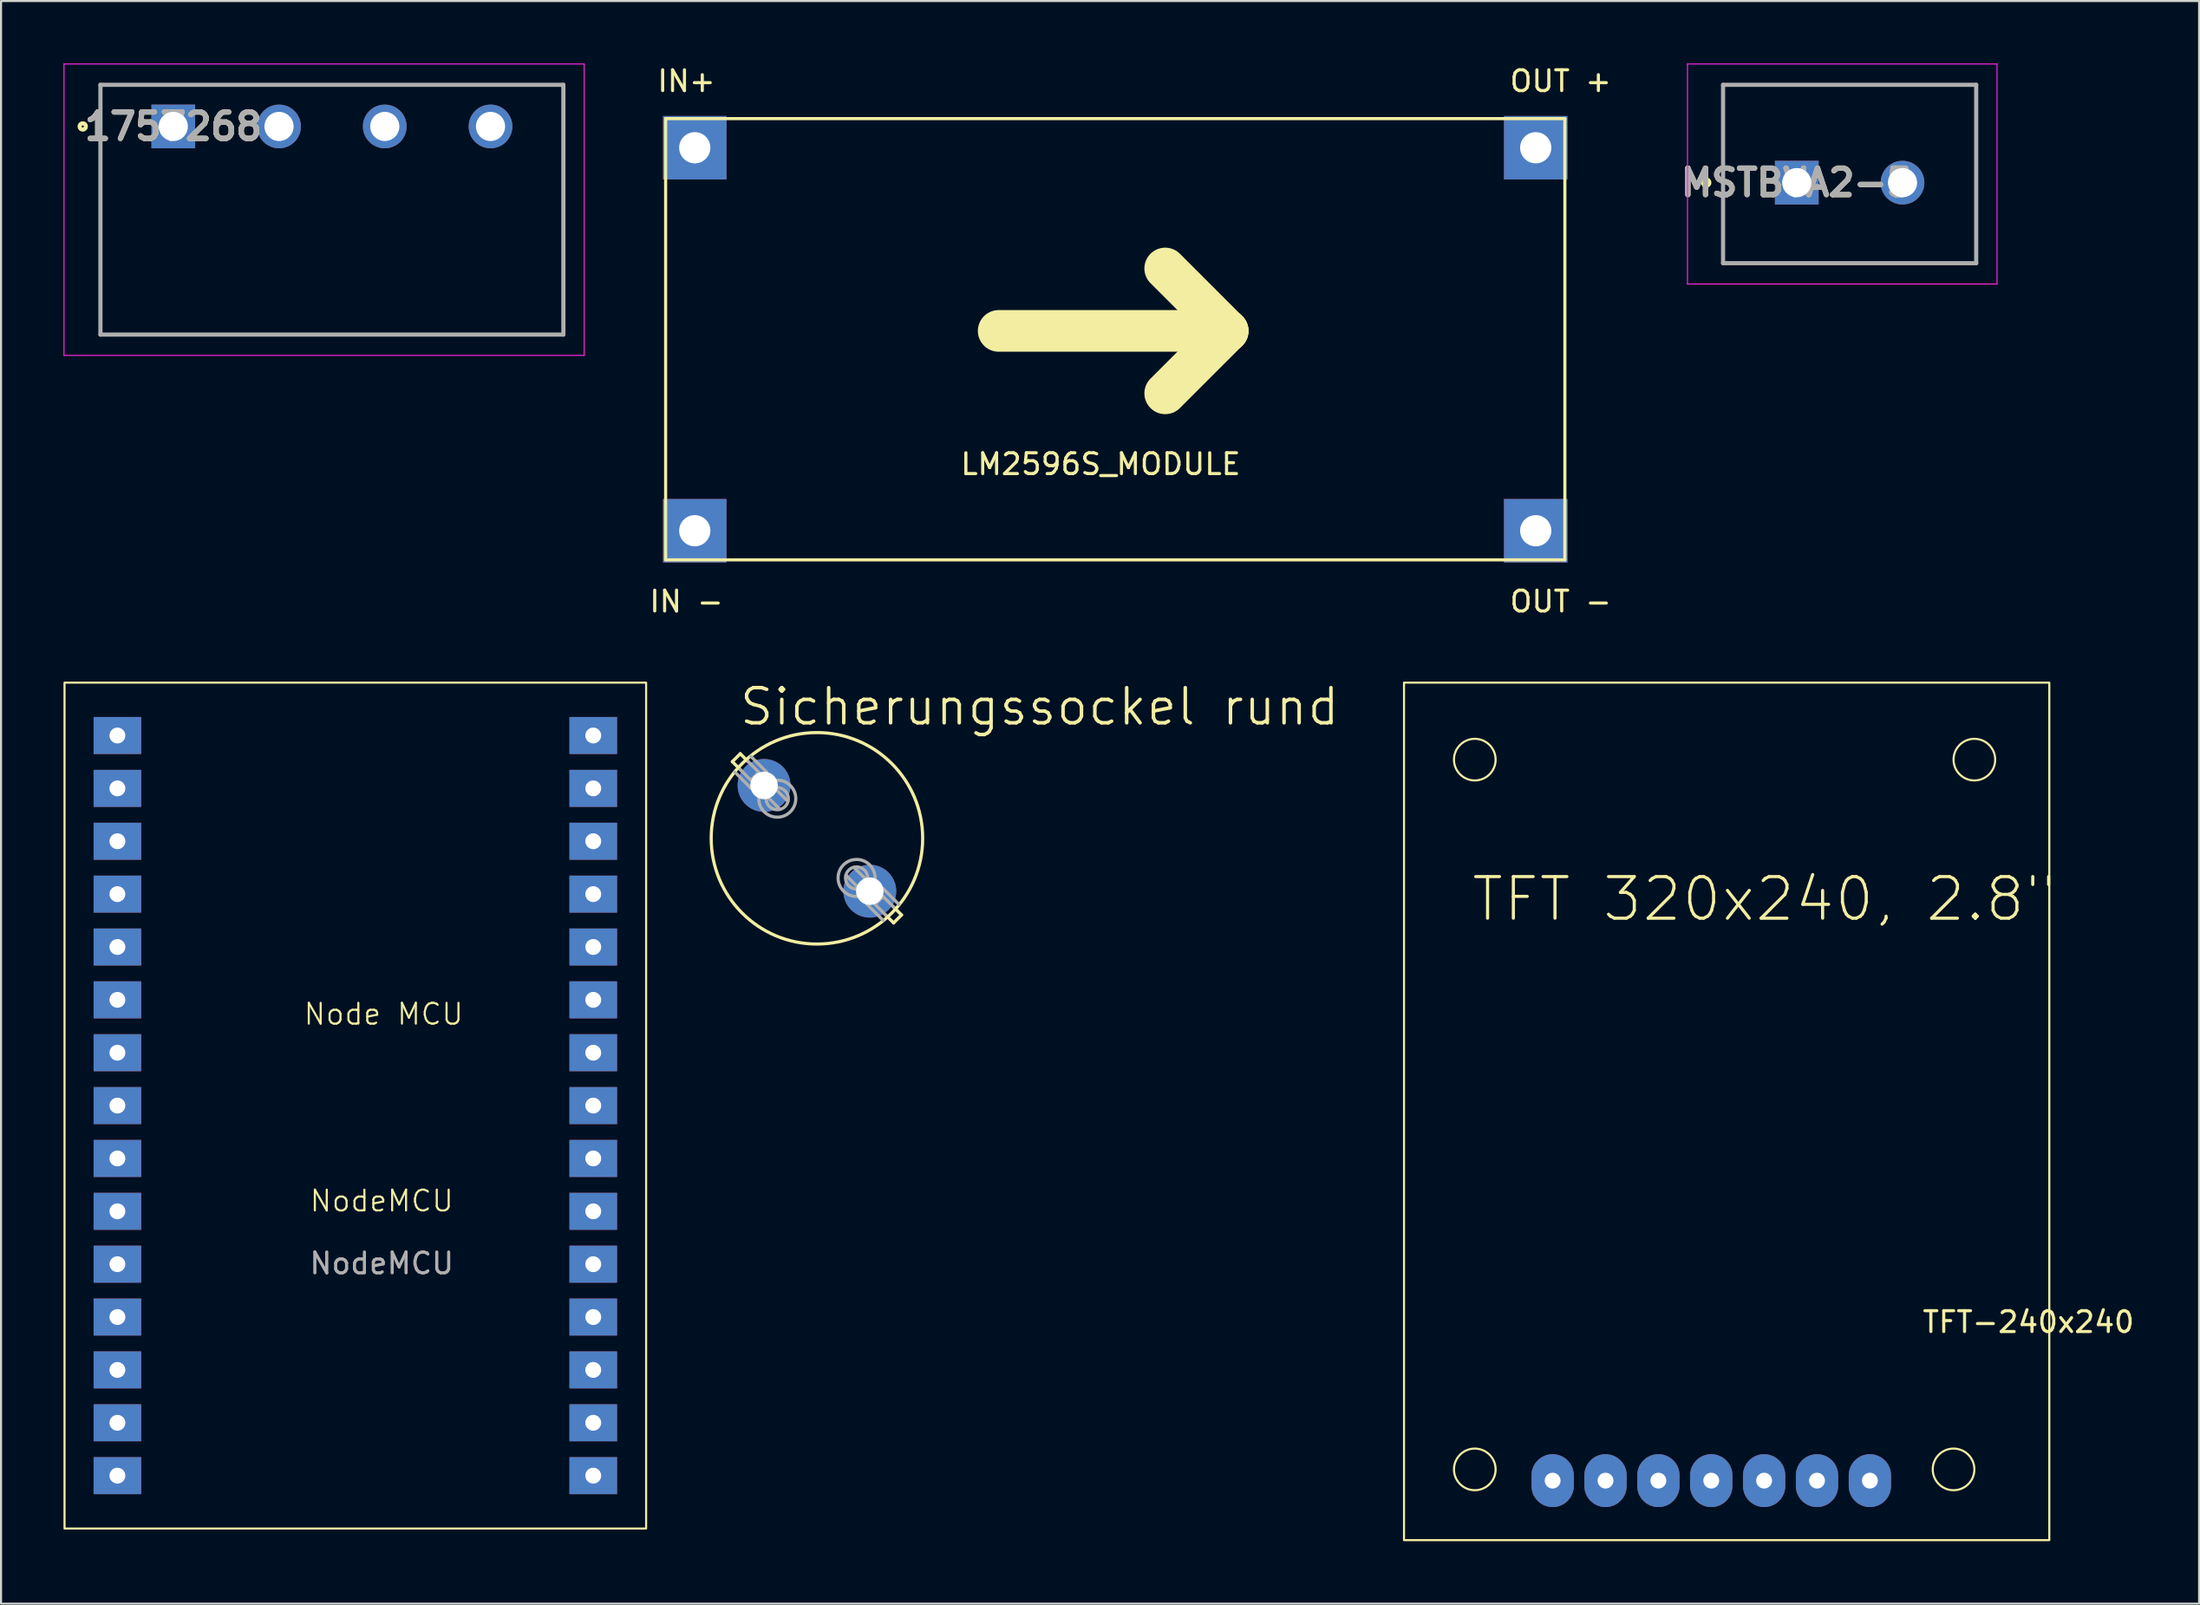
<source format=kicad_pcb>
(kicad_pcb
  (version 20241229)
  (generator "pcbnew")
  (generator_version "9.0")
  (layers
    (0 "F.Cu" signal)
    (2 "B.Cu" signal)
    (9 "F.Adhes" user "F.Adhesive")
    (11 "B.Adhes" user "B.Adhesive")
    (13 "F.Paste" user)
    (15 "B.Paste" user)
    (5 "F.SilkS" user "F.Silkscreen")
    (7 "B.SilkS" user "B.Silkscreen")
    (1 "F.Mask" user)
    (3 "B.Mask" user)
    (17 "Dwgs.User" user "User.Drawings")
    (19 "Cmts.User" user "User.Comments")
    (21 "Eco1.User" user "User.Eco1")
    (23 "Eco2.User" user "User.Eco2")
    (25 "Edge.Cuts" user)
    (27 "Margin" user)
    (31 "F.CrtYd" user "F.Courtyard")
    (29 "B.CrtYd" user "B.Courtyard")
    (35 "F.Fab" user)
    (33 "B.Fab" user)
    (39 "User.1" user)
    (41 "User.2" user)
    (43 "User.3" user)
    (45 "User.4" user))
  (footprint "TFT-240x240"
    (layer "F.Cu")
    (at 94.4 52.846)
    (property "Reference" "TFT-240x240" (at 0 7.62 0) (layer "F.SilkS") (effects (font (size 1 1) (thickness 0.15))))
    (attr through_hole)
    (fp_rect (start -30 -23.1) (end 1 18.1) (stroke (width 0.1) (type default)) (fill no) (layer "F.SilkS"))
    (fp_circle (center -26.6 -19.4) (end -25.6 -19.4) (stroke (width 0.1) (type default)) (fill no) (layer "F.SilkS"))
    (fp_circle (center -26.6 14.7) (end -25.6 14.7) (stroke (width 0.1) (type default)) (fill no) (layer "F.SilkS"))
    (fp_circle (center -3.6 14.7) (end -2.6 14.7) (stroke (width 0.1) (type default)) (fill no) (layer "F.SilkS"))
    (fp_circle (center -2.6 -19.4) (end -1.6 -19.4) (stroke (width 0.1) (type default)) (fill no) (layer "F.SilkS"))
    (fp_text user "TFT 320x240, 2.8\"" (at -12.7 -12.7 0) (layer "F.SilkS") (effects (font (size 2 2) (thickness 0.15))))
    (pad "1" thru_hole oval (at -7.62 15.24) (size 2.032 2.54) (drill 0.762) (layers "*.Cu" "*.Mask"))
    (pad "2" thru_hole oval (at -10.16 15.24) (size 2.032 2.54) (drill 0.762) (layers "*.Cu" "*.Mask"))
    (pad "3" thru_hole oval (at -12.7 15.24) (size 2.032 2.54) (drill 0.762) (layers "*.Cu" "*.Mask"))
    (pad "4" thru_hole oval (at -15.24 15.24) (size 2.032 2.54) (drill 0.762) (layers "*.Cu" "*.Mask"))
    (pad "5" thru_hole oval (at -17.78 15.24) (size 2.032 2.54) (drill 0.762) (layers "*.Cu" "*.Mask"))
    (pad "6" thru_hole oval (at -20.32 15.24) (size 2.032 2.54) (drill 0.762) (layers "*.Cu" "*.Mask"))
    (pad "7" thru_hole oval (at -22.86 15.24) (size 2.032 2.54) (drill 0.762) (layers "*.Cu" "*.Mask")))
  (footprint "LM2596S_MODULE"
    (layer "F.Cu")
    (at 28.927 23.848)
    (property "Reference" "LM2596S_MODULE" (at 20.9 -4.6 0) (layer "F.SilkS") (effects (font (size 1 1) (thickness 0.15))))
    (attr through_hole)
    (fp_line (start 0 -21.2) (end 0 0) (stroke (width 0.15) (type solid)) (layer "F.SilkS"))
    (fp_line (start 0 0) (end 43.2 0) (stroke (width 0.15) (type solid)) (layer "F.SilkS"))
    (fp_line (start 16 -11) (end 27 -11) (stroke (width 2) (type solid)) (layer "F.SilkS"))
    (fp_line (start 27 -11) (end 24 -14) (stroke (width 2) (type solid)) (layer "F.SilkS"))
    (fp_line (start 27 -11) (end 24 -8) (stroke (width 2) (type solid)) (layer "F.SilkS"))
    (fp_line (start 43.2 -21.2) (end 0 -21.2) (stroke (width 0.15) (type solid)) (layer "F.SilkS"))
    (fp_line (start 43.2 0) (end 43.2 -21.2) (stroke (width 0.15) (type solid)) (layer "F.SilkS"))
    (fp_text user "IN -" (at 1 2 0) (layer "F.SilkS") (effects (font (size 1 1) (thickness 0.15))))
    (fp_text user "IN+" (at 1 -23 0) (layer "F.SilkS") (effects (font (size 1 1) (thickness 0.15))))
    (fp_text user "OUT -" (at 43 2 0) (layer "F.SilkS") (effects (font (size 1 1) (thickness 0.15))))
    (fp_text user "OUT +" (at 43 -23 0) (layer "F.SilkS") (effects (font (size 1 1) (thickness 0.15))))
    (pad "1" thru_hole rect (at 1.4 -1.4) (size 3.048 3.048) (drill 1.5) (layers "*.Cu" "*.Mask"))
    (pad "2" thru_hole rect (at 1.4 -19.8) (size 3.048 3.048) (drill 1.5) (layers "*.Cu" "*.Mask"))
    (pad "3" thru_hole rect (at 41.8 -19.8) (size 3.048 3.048) (drill 1.5) (layers "*.Cu" "*.Mask"))
    (pad "4" thru_hole rect (at 41.8 -1.4) (size 3.048 3.048) (drill 1.5) (layers "*.Cu" "*.Mask")))
  (footprint "MSTBVA2-5"
    (layer "F.Cu")
    (at 83.268 5.725)
    (property "Reference" "MSTBVA2-5" (at 0 0 0) (layer "F.SilkS") (effects (font (size 1.27 1.27) (thickness 0.254))))
    (attr through_hole)
    (fp_line (start -3.54 -4.7) (end 8.62 -4.7) (stroke (width 0.1) (type solid)) (layer "F.SilkS"))
    (fp_line (start -3.54 3.87) (end -3.54 -4.7) (stroke (width 0.1) (type solid)) (layer "F.SilkS"))
    (fp_line (start 8.62 -4.7) (end 8.62 3.87) (stroke (width 0.1) (type solid)) (layer "F.SilkS"))
    (fp_line (start 8.62 3.87) (end -3.54 3.87) (stroke (width 0.1) (type solid)) (layer "F.SilkS"))
    (fp_circle (center -4.35 0) (end -4.35 0.05) (stroke (width 0.2) (type solid)) (fill no) (layer "F.SilkS"))
    (fp_line (start -5.25 -5.7) (end 9.62 -5.7) (stroke (width 0.05) (type solid)) (layer "F.CrtYd"))
    (fp_line (start -5.25 4.87) (end -5.25 -5.7) (stroke (width 0.05) (type solid)) (layer "F.CrtYd"))
    (fp_line (start 9.62 -5.7) (end 9.62 4.87) (stroke (width 0.05) (type solid)) (layer "F.CrtYd"))
    (fp_line (start 9.62 4.87) (end -5.25 4.87) (stroke (width 0.05) (type solid)) (layer "F.CrtYd"))
    (fp_line (start -3.54 -4.7) (end 8.62 -4.7) (stroke (width 0.2) (type solid)) (layer "F.Fab"))
    (fp_line (start -3.54 3.87) (end -3.54 -4.7) (stroke (width 0.2) (type solid)) (layer "F.Fab"))
    (fp_line (start 8.62 -4.7) (end 8.62 3.87) (stroke (width 0.2) (type solid)) (layer "F.Fab"))
    (fp_line (start 8.62 3.87) (end -3.54 3.87) (stroke (width 0.2) (type solid)) (layer "F.Fab"))
    (fp_text user "${REFERENCE}" (at 0 0 0) (layer "F.Fab") (effects (font (size 1.27 1.27) (thickness 0.254))))
    (pad "1" thru_hole rect (at 0 0) (size 2.1 2.1) (drill 1.4) (layers "*.Cu" "*.Mask"))
    (pad "2" thru_hole circle (at 5.08 0) (size 2.1 2.1) (drill 1.4) (layers "*.Cu" "*.Mask")))
  (footprint "NodeMCU"
    (layer "F.Cu")
    (at 15.29 55.147)
    (property "Reference" "NodeMCU" (at 0 -0.5 0) (unlocked yes) (layer "F.SilkS") (effects (font (size 1 1) (thickness 0.1))))
    (attr through_hole)
    (fp_rect (start -15.24 -25.4) (end 12.7 15.24) (stroke (width 0.1) (type default)) (fill no) (layer "F.SilkS"))
    (fp_text user "Node MCU" (at -3.81 -8.89 0) (unlocked yes) (layer "F.SilkS") (effects (font (size 1 1) (thickness 0.1)) (justify left bottom)))
    (fp_text user "${REFERENCE}" (at 0 2.5 0) (unlocked yes) (layer "F.Fab") (effects (font (size 1 1) (thickness 0.15))))
    (pad "1" thru_hole rect (at -12.7 12.7) (size 2.286 1.778) (drill 0.762) (layers "*.Cu" "*.Mask"))
    (pad "2" thru_hole rect (at -12.7 10.16) (size 2.286 1.778) (drill 0.762) (layers "*.Cu" "*.Mask"))
    (pad "3" thru_hole rect (at -12.7 7.62) (size 2.286 1.778) (drill 0.762) (layers "*.Cu" "*.Mask"))
    (pad "4" thru_hole rect (at -12.7 5.08) (size 2.286 1.778) (drill 0.762) (layers "*.Cu" "*.Mask"))
    (pad "5" thru_hole rect (at -12.7 2.54) (size 2.286 1.778) (drill 0.762) (layers "*.Cu" "*.Mask"))
    (pad "6" thru_hole rect (at -12.7 0) (size 2.286 1.778) (drill 0.762) (layers "*.Cu" "*.Mask"))
    (pad "7" thru_hole rect (at -12.7 -2.54) (size 2.286 1.778) (drill 0.762) (layers "*.Cu" "*.Mask"))
    (pad "8" thru_hole rect (at -12.7 -5.08) (size 2.286 1.778) (drill 0.762) (layers "*.Cu" "*.Mask"))
    (pad "9" thru_hole rect (at -12.7 -7.62) (size 2.286 1.778) (drill 0.762) (layers "*.Cu" "*.Mask"))
    (pad "10" thru_hole rect (at -12.7 -10.16) (size 2.286 1.778) (drill 0.762) (layers "*.Cu" "*.Mask"))
    (pad "11" thru_hole rect (at -12.7 -12.7) (size 2.286 1.778) (drill 0.762) (layers "*.Cu" "*.Mask"))
    (pad "12" thru_hole rect (at -12.7 -15.24) (size 2.286 1.778) (drill 0.762) (layers "*.Cu" "*.Mask"))
    (pad "13" thru_hole rect (at -12.7 -17.78) (size 2.286 1.778) (drill 0.762) (layers "*.Cu" "*.Mask"))
    (pad "14" thru_hole rect (at -12.7 -20.32) (size 2.286 1.778) (drill 0.762) (layers "*.Cu" "*.Mask"))
    (pad "15" thru_hole rect (at -12.7 -22.86) (size 2.286 1.778) (drill 0.762) (layers "*.Cu" "*.Mask"))
    (pad "16" thru_hole rect (at 10.16 -22.86) (size 2.286 1.778) (drill 0.762) (layers "*.Cu" "*.Mask"))
    (pad "17" thru_hole rect (at 10.16 -20.32) (size 2.286 1.778) (drill 0.762) (layers "*.Cu" "*.Mask"))
    (pad "18" thru_hole rect (at 10.16 -17.78) (size 2.286 1.778) (drill 0.762) (layers "*.Cu" "*.Mask"))
    (pad "19" thru_hole rect (at 10.16 -15.24) (size 2.286 1.778) (drill 0.762) (layers "*.Cu" "*.Mask"))
    (pad "20" thru_hole rect (at 10.16 -12.7) (size 2.286 1.778) (drill 0.762) (layers "*.Cu" "*.Mask"))
    (pad "21" thru_hole rect (at 10.16 -10.16) (size 2.286 1.778) (drill 0.762) (layers "*.Cu" "*.Mask"))
    (pad "22" thru_hole rect (at 10.16 -7.62) (size 2.286 1.778) (drill 0.762) (layers "*.Cu" "*.Mask"))
    (pad "23" thru_hole rect (at 10.16 -5.08) (size 2.286 1.778) (drill 0.762) (layers "*.Cu" "*.Mask"))
    (pad "24" thru_hole rect (at 10.16 -2.54) (size 2.286 1.778) (drill 0.762) (layers "*.Cu" "*.Mask"))
    (pad "25" thru_hole rect (at 10.16 0) (size 2.286 1.778) (drill 0.762) (layers "*.Cu" "*.Mask"))
    (pad "26" thru_hole rect (at 10.16 2.54) (size 2.286 1.778) (drill 0.762) (layers "*.Cu" "*.Mask"))
    (pad "27" thru_hole rect (at 10.16 5.08) (size 2.286 1.778) (drill 0.762) (layers "*.Cu" "*.Mask"))
    (pad "28" thru_hole rect (at 10.16 7.62) (size 2.286 1.778) (drill 0.762) (layers "*.Cu" "*.Mask"))
    (pad "29" thru_hole rect (at 10.16 10.16) (size 2.286 1.778) (drill 0.762) (layers "*.Cu" "*.Mask"))
    (pad "30" thru_hole rect (at 10.16 12.7) (size 2.286 1.778) (drill 0.762) (layers "*.Cu" "*.Mask")))
  (footprint "Sicherungssockel rund"
    (layer "F.Cu")
    (at 36.196 37.226)
    (property "Reference" "Sicherungssockel rund" (at -3.81 -5.334 180) (layer "F.SilkS") (effects (font (size 1.689 1.689) (thickness 0.169)) (justify left bottom)))
    (attr through_hole)
    (fp_line (start -4.064 -3.683) (end -3.683 -4.064) (stroke (width 0.152) (type solid)) (layer "F.SilkS"))
    (fp_line (start -4.064 -3.683) (end -3.683 -3.302) (stroke (width 0.152) (type solid)) (layer "F.SilkS"))
    (fp_line (start -3.683 -4.064) (end -3.302 -3.683) (stroke (width 0.152) (type solid)) (layer "F.SilkS"))
    (fp_line (start 3.302 3.683) (end 3.683 4.064) (stroke (width 0.152) (type solid)) (layer "F.SilkS"))
    (fp_line (start 4.064 3.683) (end 3.683 3.302) (stroke (width 0.152) (type solid)) (layer "F.SilkS"))
    (fp_line (start 4.064 3.683) (end 3.683 4.064) (stroke (width 0.152) (type solid)) (layer "F.SilkS"))
    (fp_circle (center 0 0) (end 5.08 0) (stroke (width 0.152) (type solid)) (fill no) (layer "F.SilkS"))
    (fp_line (start -3.937 -3.175) (end -3.175 -2.413) (stroke (width 0.152) (type solid)) (layer "F.Fab"))
    (fp_line (start -3.683 -3.302) (end -3.175 -2.794) (stroke (width 0.152) (type solid)) (layer "F.Fab"))
    (fp_line (start -3.302 -3.683) (end -2.794 -3.175) (stroke (width 0.152) (type solid)) (layer "F.Fab"))
    (fp_line (start -3.175 -3.937) (end -2.413 -3.175) (stroke (width 0.152) (type solid)) (layer "F.Fab"))
    (fp_line (start -3.175 -2.794) (end -2.794 -3.175) (stroke (width 0.152) (type solid)) (layer "F.Fab"))
    (fp_line (start -3.175 -2.413) (end -2.413 -3.175) (stroke (width 0.152) (type solid)) (layer "F.Fab"))
    (fp_line (start -2.413 -2.032) (end -1.778 -1.397) (stroke (width 0.152) (type solid)) (layer "F.Fab"))
    (fp_line (start -2.032 -2.413) (end -1.397 -1.778) (stroke (width 0.152) (type solid)) (layer "F.Fab"))
    (fp_line (start 1.397 1.778) (end 2.032 2.413) (stroke (width 0.152) (type solid)) (layer "F.Fab"))
    (fp_line (start 1.778 1.397) (end 2.413 2.032) (stroke (width 0.152) (type solid)) (layer "F.Fab"))
    (fp_line (start 2.413 3.175) (end 3.175 2.413) (stroke (width 0.152) (type solid)) (layer "F.Fab"))
    (fp_line (start 2.794 3.175) (end 3.175 2.794) (stroke (width 0.152) (type solid)) (layer "F.Fab"))
    (fp_line (start 3.175 2.413) (end 3.937 3.175) (stroke (width 0.152) (type solid)) (layer "F.Fab"))
    (fp_line (start 3.175 3.937) (end 2.413 3.175) (stroke (width 0.152) (type solid)) (layer "F.Fab"))
    (fp_line (start 3.302 3.683) (end 2.794 3.175) (stroke (width 0.152) (type solid)) (layer "F.Fab"))
    (fp_line (start 3.683 3.302) (end 3.175 2.794) (stroke (width 0.152) (type solid)) (layer "F.Fab"))
    (fp_circle (center -1.905 -1.905) (end -1.372 -1.905) (stroke (width 0.152) (type solid)) (fill no) (layer "F.Fab"))
    (fp_circle (center -1.905 -1.905) (end -1.016 -1.905) (stroke (width 0.152) (type solid)) (fill no) (layer "F.Fab"))
    (fp_circle (center 1.905 1.905) (end 2.438 1.905) (stroke (width 0.152) (type solid)) (fill no) (layer "F.Fab"))
    (fp_circle (center 1.905 1.905) (end 2.794 1.905) (stroke (width 0.152) (type solid)) (fill no) (layer "F.Fab"))
    (pad "1" thru_hole circle (at -2.54 -2.54) (size 2.54 2.54) (drill 1.321) (layers "*.Cu" "*.Mask"))
    (pad "2" thru_hole circle (at 2.54 2.54) (size 2.54 2.54) (drill 1.321) (layers "*.Cu" "*.Mask")))
  (footprint "1757268"
    (layer "F.Cu")
    (at 5.275 3.025)
    (property "Reference" "1757268" (at 0 0 0) (layer "F.SilkS") (effects (font (size 1.27 1.27) (thickness 0.254))))
    (attr through_hole)
    (fp_line (start -3.5 -2) (end 18.74 -2) (stroke (width 0.1) (type solid)) (layer "F.SilkS"))
    (fp_line (start -3.5 10) (end -3.5 -2) (stroke (width 0.1) (type solid)) (layer "F.SilkS"))
    (fp_line (start 18.74 -2) (end 18.74 10) (stroke (width 0.1) (type solid)) (layer "F.SilkS"))
    (fp_line (start 18.74 10) (end -3.5 10) (stroke (width 0.1) (type solid)) (layer "F.SilkS"))
    (fp_circle (center -4.35 0) (end -4.35 0.05) (stroke (width 0.2) (type solid)) (fill no) (layer "F.SilkS"))
    (fp_line (start -5.25 -3) (end 19.74 -3) (stroke (width 0.05) (type solid)) (layer "F.CrtYd"))
    (fp_line (start -5.25 11) (end -5.25 -3) (stroke (width 0.05) (type solid)) (layer "F.CrtYd"))
    (fp_line (start 19.74 -3) (end 19.74 11) (stroke (width 0.05) (type solid)) (layer "F.CrtYd"))
    (fp_line (start 19.74 11) (end -5.25 11) (stroke (width 0.05) (type solid)) (layer "F.CrtYd"))
    (fp_line (start -3.5 -2) (end 18.74 -2) (stroke (width 0.2) (type solid)) (layer "F.Fab"))
    (fp_line (start -3.5 10) (end -3.5 -2) (stroke (width 0.2) (type solid)) (layer "F.Fab"))
    (fp_line (start 18.74 -2) (end 18.74 10) (stroke (width 0.2) (type solid)) (layer "F.Fab"))
    (fp_line (start 18.74 10) (end -3.5 10) (stroke (width 0.2) (type solid)) (layer "F.Fab"))
    (fp_text user "${REFERENCE}" (at 0 0 0) (layer "F.Fab") (effects (font (size 1.27 1.27) (thickness 0.254))))
    (pad "1" thru_hole rect (at 0 0) (size 2.1 2.1) (drill 1.4) (layers "*.Cu" "*.Mask"))
    (pad "2" thru_hole circle (at 5.08 0) (size 2.1 2.1) (drill 1.4) (layers "*.Cu" "*.Mask"))
    (pad "3" thru_hole circle (at 10.16 0) (size 2.1 2.1) (drill 1.4) (layers "*.Cu" "*.Mask"))
    (pad "4" thru_hole circle (at 15.24 0) (size 2.1 2.1) (drill 1.4) (layers "*.Cu" "*.Mask")))
  (gr_rect
    (start -3 -3)
    (end 102.597 73.996)
    (stroke (width 0.1) (type default))
    (fill no)
    (layer "Edge.Cuts")))
</source>
